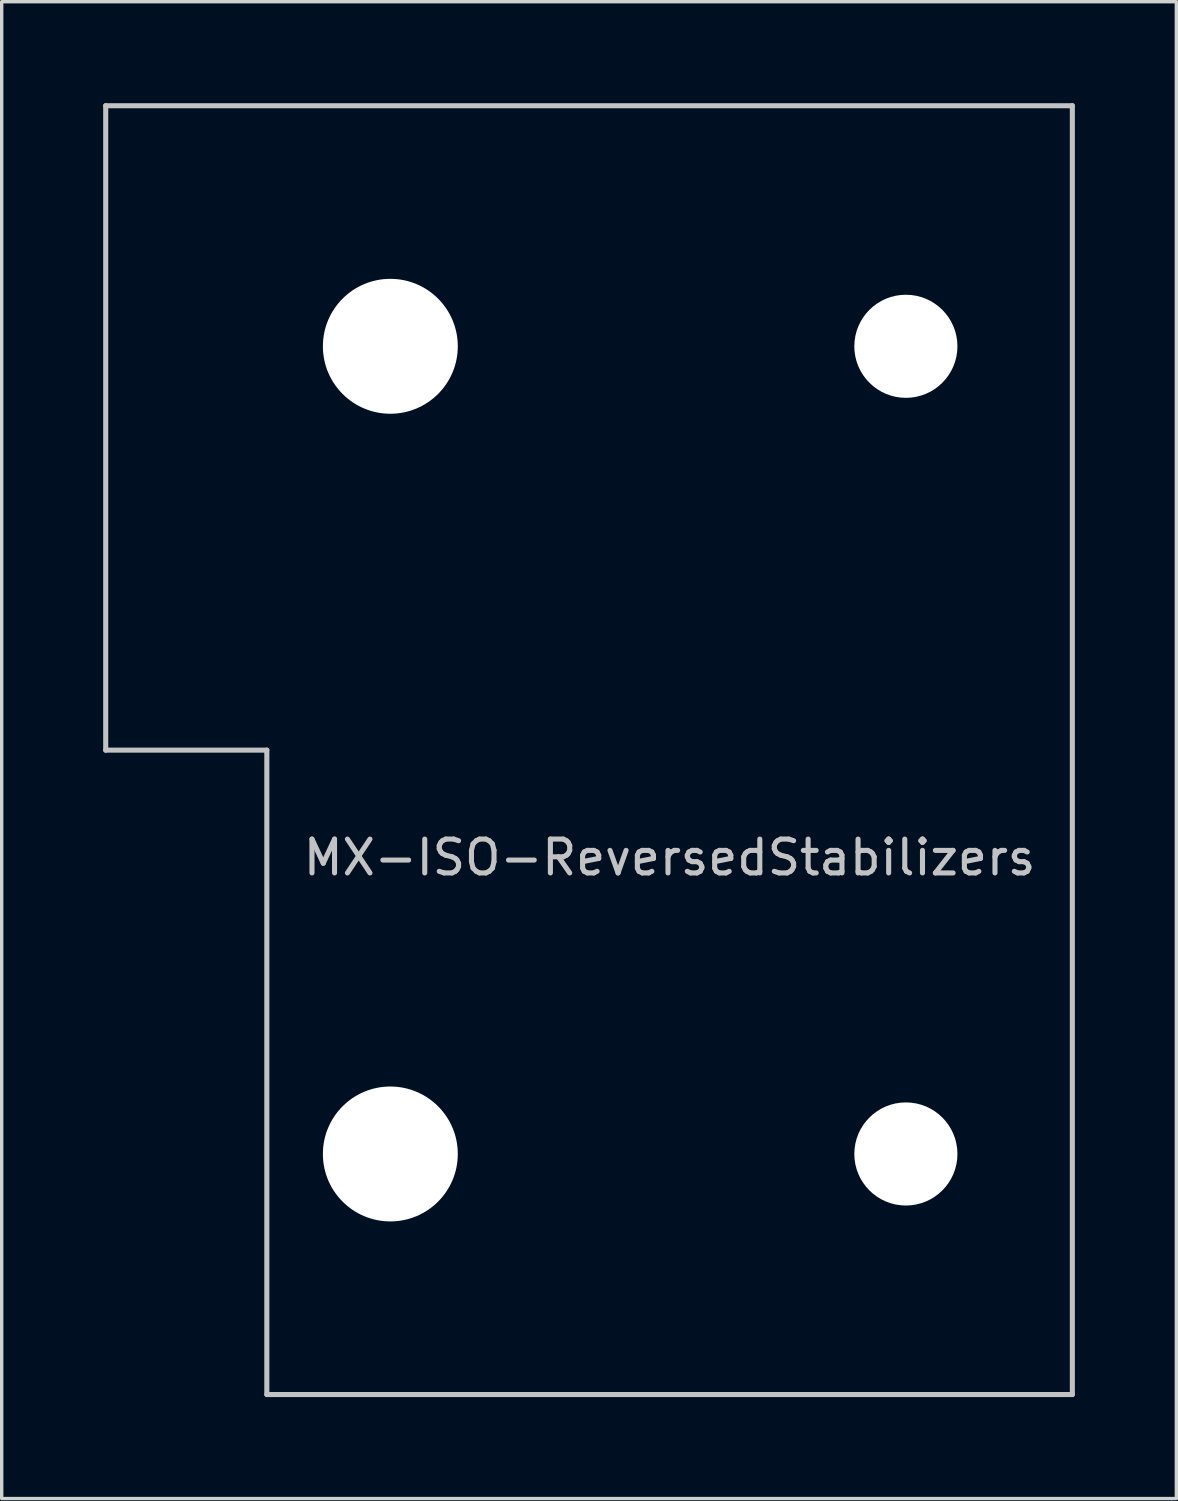
<source format=kicad_pcb>
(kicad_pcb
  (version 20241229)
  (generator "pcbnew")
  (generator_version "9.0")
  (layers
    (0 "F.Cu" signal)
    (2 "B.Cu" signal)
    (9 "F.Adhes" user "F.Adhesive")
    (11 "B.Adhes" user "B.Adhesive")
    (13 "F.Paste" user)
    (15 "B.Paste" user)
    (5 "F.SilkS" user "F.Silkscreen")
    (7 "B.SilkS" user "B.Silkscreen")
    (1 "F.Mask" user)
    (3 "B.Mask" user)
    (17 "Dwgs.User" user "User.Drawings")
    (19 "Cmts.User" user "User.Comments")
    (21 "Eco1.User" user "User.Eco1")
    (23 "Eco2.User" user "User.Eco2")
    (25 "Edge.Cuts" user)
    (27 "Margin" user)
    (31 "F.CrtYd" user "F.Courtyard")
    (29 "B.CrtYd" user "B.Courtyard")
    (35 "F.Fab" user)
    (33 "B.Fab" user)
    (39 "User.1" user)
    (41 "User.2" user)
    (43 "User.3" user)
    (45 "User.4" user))
  (footprint "MX-ISO-ReversedStabilizers"
    (layer "F.Cu")
    (at 16.744 19.125)
    (property "Reference" "MX-ISO-ReversedStabilizers" (at 0 3.175 0) (layer "Dwgs.User") (effects (font (size 1 1) (thickness 0.15))))
    (attr through_hole)
    (fp_line (start -16.669 -19.05) (end -16.669 0) (stroke (width 0.15) (type solid)) (layer "Dwgs.User"))
    (fp_line (start -16.669 -19.05) (end 11.906 -19.05) (stroke (width 0.15) (type solid)) (layer "Dwgs.User"))
    (fp_line (start -11.906 0) (end -16.669 0) (stroke (width 0.15) (type solid)) (layer "Dwgs.User"))
    (fp_line (start -11.906 19.05) (end -11.906 0) (stroke (width 0.15) (type solid)) (layer "Dwgs.User"))
    (fp_line (start -11.906 19.05) (end 11.906 19.05) (stroke (width 0.15) (type solid)) (layer "Dwgs.User"))
    (fp_line (start 11.906 -19.05) (end 11.906 19.05) (stroke (width 0.15) (type solid)) (layer "Dwgs.User"))
    (pad "" np_thru_hole circle (at -8.255 -11.938) (size 3.988 3.988) (drill 3.988) (layers "*.Cu" "*.Mask"))
    (pad "" np_thru_hole circle (at -8.255 11.938) (size 3.988 3.988) (drill 3.988) (layers "*.Cu" "*.Mask"))
    (pad "" np_thru_hole circle (at 6.985 -11.938) (size 3.048 3.048) (drill 3.048) (layers "*.Cu" "*.Mask"))
    (pad "" np_thru_hole circle (at 6.985 11.938) (size 3.048 3.048) (drill 3.048) (layers "*.Cu" "*.Mask")))
  (gr_rect
    (start -3 -3)
    (end 31.725 41.25)
    (stroke (width 0.1) (type default))
    (fill no)
    (layer "Edge.Cuts")))
</source>
